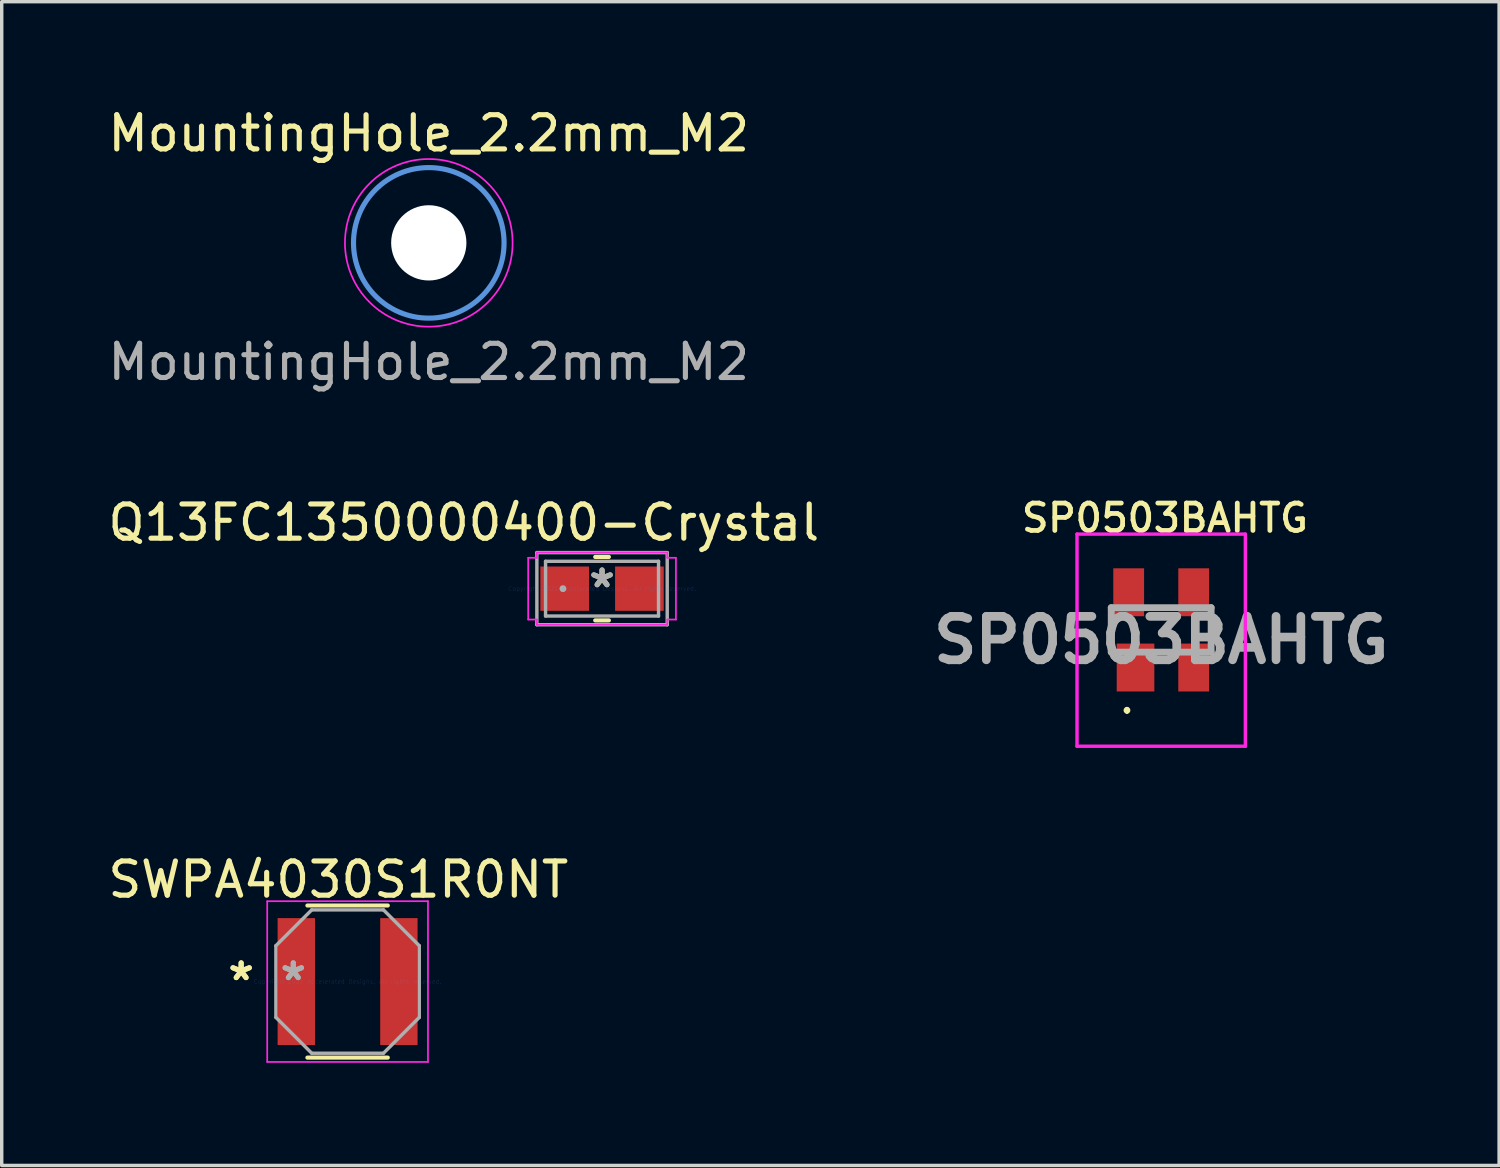
<source format=kicad_pcb>
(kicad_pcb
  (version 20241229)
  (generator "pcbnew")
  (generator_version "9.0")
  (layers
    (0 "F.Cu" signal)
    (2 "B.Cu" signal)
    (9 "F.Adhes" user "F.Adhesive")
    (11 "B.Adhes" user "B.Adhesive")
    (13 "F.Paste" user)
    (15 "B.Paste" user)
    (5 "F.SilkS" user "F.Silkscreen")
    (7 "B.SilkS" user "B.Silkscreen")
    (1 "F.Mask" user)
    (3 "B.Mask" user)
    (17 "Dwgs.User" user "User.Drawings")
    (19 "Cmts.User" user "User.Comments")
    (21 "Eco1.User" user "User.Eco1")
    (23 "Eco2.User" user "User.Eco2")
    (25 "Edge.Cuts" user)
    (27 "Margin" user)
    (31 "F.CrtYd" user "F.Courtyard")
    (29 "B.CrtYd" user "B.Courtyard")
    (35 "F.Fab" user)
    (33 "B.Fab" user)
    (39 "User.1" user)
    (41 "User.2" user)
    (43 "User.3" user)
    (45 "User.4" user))
  (footprint "SWPA4030S1R0NT"
    (layer "F.Cu")
    (at 7.109 25.638)
    (property "Reference" "SWPA4030S1R0NT" (at -0.27 -2.98 0) (layer "F.SilkS") (effects (font (size 1 1) (thickness 0.15))))
    (attr smd)
    (fp_line (start -1.175 2.223) (end 1.175 2.223) (stroke (width 0.12) (type solid)) (layer "F.SilkS"))
    (fp_line (start 1.175 -2.223) (end -1.175 -2.223) (stroke (width 0.12) (type solid)) (layer "F.SilkS"))
    (fp_line (start -2.349 -2.349) (end 2.349 -2.349) (stroke (width 0.05) (type solid)) (layer "F.CrtYd"))
    (fp_line (start -2.349 2.349) (end -2.349 -2.349) (stroke (width 0.05) (type solid)) (layer "F.CrtYd"))
    (fp_line (start 2.349 -2.349) (end 2.349 2.349) (stroke (width 0.05) (type solid)) (layer "F.CrtYd"))
    (fp_line (start 2.349 2.349) (end -2.349 2.349) (stroke (width 0.05) (type solid)) (layer "F.CrtYd"))
    (fp_line (start -2.095 -1.048) (end -2.095 1.048) (stroke (width 0.1) (type solid)) (layer "F.Fab"))
    (fp_line (start -2.095 1.048) (end -1.048 2.095) (stroke (width 0.1) (type solid)) (layer "F.Fab"))
    (fp_line (start -1.048 -2.095) (end -2.095 -1.048) (stroke (width 0.1) (type solid)) (layer "F.Fab"))
    (fp_line (start -1.048 2.095) (end 1.048 2.095) (stroke (width 0.1) (type solid)) (layer "F.Fab"))
    (fp_line (start 1.048 -2.095) (end -1.048 -2.095) (stroke (width 0.1) (type solid)) (layer "F.Fab"))
    (fp_line (start 1.048 2.095) (end 2.095 1.048) (stroke (width 0.1) (type solid)) (layer "F.Fab"))
    (fp_line (start 2.095 -1.048) (end 1.048 -2.095) (stroke (width 0.1) (type solid)) (layer "F.Fab"))
    (fp_line (start 2.095 1.048) (end 2.095 -1.048) (stroke (width 0.1) (type solid)) (layer "F.Fab"))
    (fp_text user "*" (at -3.111 0 0) (layer "F.SilkS") (effects (font (size 1 1) (thickness 0.15))))
    (fp_text user "*" (at -3.111 0 0) (layer "F.SilkS") (effects (font (size 1 1) (thickness 0.15))))
    (fp_text user "Copyright 2021 Accelerated Designs. All rights reserved." (at 0 0 0) (layer "Cmts.User") (effects (font (size 0.127 0.127) (thickness 0.002))))
    (fp_text user "*" (at -1.587 0 0) (layer "F.Fab") (effects (font (size 1 1) (thickness 0.15))))
    (fp_text user "*" (at -1.587 0 0) (layer "F.Fab") (effects (font (size 1 1) (thickness 0.15))))
    (pad "1" smd rect (at -1.499 0) (size 1.092 3.708) (layers "F.Cu" "F.Mask" "F.Paste"))
    (pad "2" smd rect (at 1.499 0) (size 1.092 3.708) (layers "F.Cu" "F.Mask" "F.Paste")))
  (footprint "Q13FC1350000400-Crystal"
    (layer "F.Cu")
    (at 14.546 14.155)
    (property "Reference" "Q13FC1350000400-Crystal" (at -4.04 -1.93 0) (layer "F.SilkS") (effects (font (size 1 1) (thickness 0.15))))
    (attr smd)
    (fp_line (start -0.2 0.927) (end 0.2 0.927) (stroke (width 0.12) (type solid)) (layer "F.SilkS"))
    (fp_line (start 0.2 -0.927) (end -0.2 -0.927) (stroke (width 0.12) (type solid)) (layer "F.SilkS"))
    (fp_line (start -2.159 -0.902) (end -1.905 -0.902) (stroke (width 0.05) (type solid)) (layer "F.CrtYd"))
    (fp_line (start -2.159 0.902) (end -2.159 -0.902) (stroke (width 0.05) (type solid)) (layer "F.CrtYd"))
    (fp_line (start -1.905 -1.054) (end 1.905 -1.054) (stroke (width 0.05) (type solid)) (layer "F.CrtYd"))
    (fp_line (start -1.905 -0.902) (end -1.905 -1.054) (stroke (width 0.05) (type solid)) (layer "F.CrtYd"))
    (fp_line (start -1.905 0.902) (end -2.159 0.902) (stroke (width 0.05) (type solid)) (layer "F.CrtYd"))
    (fp_line (start -1.905 1.054) (end -1.905 0.902) (stroke (width 0.05) (type solid)) (layer "F.CrtYd"))
    (fp_line (start 1.905 -1.054) (end 1.905 -0.902) (stroke (width 0.05) (type solid)) (layer "F.CrtYd"))
    (fp_line (start 1.905 -0.902) (end 2.159 -0.902) (stroke (width 0.05) (type solid)) (layer "F.CrtYd"))
    (fp_line (start 1.905 0.902) (end 1.905 1.054) (stroke (width 0.05) (type solid)) (layer "F.CrtYd"))
    (fp_line (start 1.905 1.054) (end -1.905 1.054) (stroke (width 0.05) (type solid)) (layer "F.CrtYd"))
    (fp_line (start 2.159 -0.902) (end 2.159 0.902) (stroke (width 0.05) (type solid)) (layer "F.CrtYd"))
    (fp_line (start 2.159 0.902) (end 1.905 0.902) (stroke (width 0.05) (type solid)) (layer "F.CrtYd"))
    (fp_line (start -1.905 -1.054) (end 1.905 -1.054) (stroke (width 0.1) (type solid)) (layer "F.Fab"))
    (fp_line (start -1.905 1.054) (end -1.905 -1.054) (stroke (width 0.1) (type solid)) (layer "F.Fab"))
    (fp_line (start -1.651 -0.8) (end -1.651 0.8) (stroke (width 0.1) (type solid)) (layer "F.Fab"))
    (fp_line (start -1.651 0.8) (end 1.651 0.8) (stroke (width 0.1) (type solid)) (layer "F.Fab"))
    (fp_line (start 1.651 -0.8) (end -1.651 -0.8) (stroke (width 0.1) (type solid)) (layer "F.Fab"))
    (fp_line (start 1.651 0.8) (end 1.651 -0.8) (stroke (width 0.1) (type solid)) (layer "F.Fab"))
    (fp_line (start 1.905 -1.054) (end 1.905 1.054) (stroke (width 0.1) (type solid)) (layer "F.Fab"))
    (fp_line (start 1.905 1.054) (end -1.905 1.054) (stroke (width 0.1) (type solid)) (layer "F.Fab"))
    (fp_circle (center -1.143 0) (end -1.143 0) (stroke (width 0.1) (type solid)) (fill no) (layer "F.Fab"))
    (fp_text user "*" (at 0 0 0) (layer "F.SilkS") (effects (font (size 1 1) (thickness 0.15))))
    (fp_text user "Copyright 2021 Accelerated Designs. All rights reserved." (at 0 0 0) (layer "Cmts.User") (effects (font (size 0.127 0.127) (thickness 0.002))))
    (fp_text user "*" (at 0 0 0) (layer "F.Fab") (effects (font (size 1 1) (thickness 0.15))))
    (pad "1" smd rect (at -1.092 0 90) (size 1.295 1.422) (layers "F.Cu" "F.Mask" "F.Paste"))
    (pad "2" smd rect (at 1.092 0 90) (size 1.295 1.422) (layers "F.Cu" "F.Mask" "F.Paste")))
  (footprint "SP0503BAHTG"
    (layer "F.Cu")
    (at 30.888 15.36)
    (property "Reference" "SP0503BAHTG" (at 0.11 -3.27 0) (layer "F.SilkS") (effects (font (size 0.8 0.8) (thickness 0.14))))
    (attr smd)
    (fp_line (start -1 2.3) (end -1 2.3) (stroke (width 0.1) (type solid)) (layer "F.SilkS"))
    (fp_line (start -1 2.4) (end -1 2.4) (stroke (width 0.1) (type solid)) (layer "F.SilkS"))
    (fp_arc (start -1 2.3) (mid -0.95 2.35) (end -1 2.4) (stroke (width 0.1) (type solid)) (layer "F.SilkS"))
    (fp_arc (start -1 2.4) (mid -1.05 2.35) (end -1 2.3) (stroke (width 0.1) (type solid)) (layer "F.SilkS"))
    (fp_line (start -2.46 -2.8) (end 2.46 -2.8) (stroke (width 0.1) (type solid)) (layer "F.CrtYd"))
    (fp_line (start -2.46 3.4) (end -2.46 -2.8) (stroke (width 0.1) (type solid)) (layer "F.CrtYd"))
    (fp_line (start 2.46 -2.8) (end 2.46 3.4) (stroke (width 0.1) (type solid)) (layer "F.CrtYd"))
    (fp_line (start 2.46 3.4) (end -2.46 3.4) (stroke (width 0.1) (type solid)) (layer "F.CrtYd"))
    (fp_line (start -1.46 -0.65) (end 1.46 -0.65) (stroke (width 0.2) (type solid)) (layer "F.Fab"))
    (fp_line (start -1.46 0.65) (end -1.46 -0.65) (stroke (width 0.2) (type solid)) (layer "F.Fab"))
    (fp_line (start 1.46 -0.65) (end 1.46 0.65) (stroke (width 0.2) (type solid)) (layer "F.Fab"))
    (fp_line (start 1.46 0.65) (end -1.46 0.65) (stroke (width 0.2) (type solid)) (layer "F.Fab"))
    (fp_text user "${REFERENCE}" (at 0 0.3 0) (layer "F.Fab") (effects (font (size 1.27 1.27) (thickness 0.254))))
    (pad "1" smd rect (at -0.75 1.1) (size 1.1 1.4) (layers "F.Cu" "F.Mask" "F.Paste"))
    (pad "2" smd rect (at 0.95 1.1) (size 0.9 1.4) (layers "F.Cu" "F.Mask" "F.Paste"))
    (pad "3" smd rect (at 0.95 -1.1) (size 0.9 1.4) (layers "F.Cu" "F.Mask" "F.Paste"))
    (pad "4" smd rect (at -0.95 -1.1) (size 0.9 1.4) (layers "F.Cu" "F.Mask" "F.Paste")))
  (footprint "MountingHole_2.2mm_M2"
    (layer "F.Cu")
    (at 9.482 4.048)
    (property "Reference" "MountingHole_2.2mm_M2" (at 0 -3.2 0) (layer "F.SilkS") (effects (font (size 1 1) (thickness 0.15))))
    (attr exclude_from_pos_files exclude_from_bom)
    (fp_circle (center 0 0) (end 2.2 0) (stroke (width 0.15) (type solid)) (fill no) (layer "Cmts.User"))
    (fp_circle (center 0 0) (end 2.45 0) (stroke (width 0.05) (type solid)) (fill no) (layer "F.CrtYd"))
    (fp_text user "${REFERENCE}" (at 0 3.48 0) (layer "F.Fab") (effects (font (size 1 1) (thickness 0.15))))
    (pad "" np_thru_hole circle (at 0 0) (size 2.2 2.2) (drill 2.2) (layers "*.Cu" "*.Mask")))
  (gr_rect
    (start -3 -3)
    (end 40.764 31.013)
    (stroke (width 0.1) (type default))
    (fill no)
    (layer "Edge.Cuts")))
</source>
